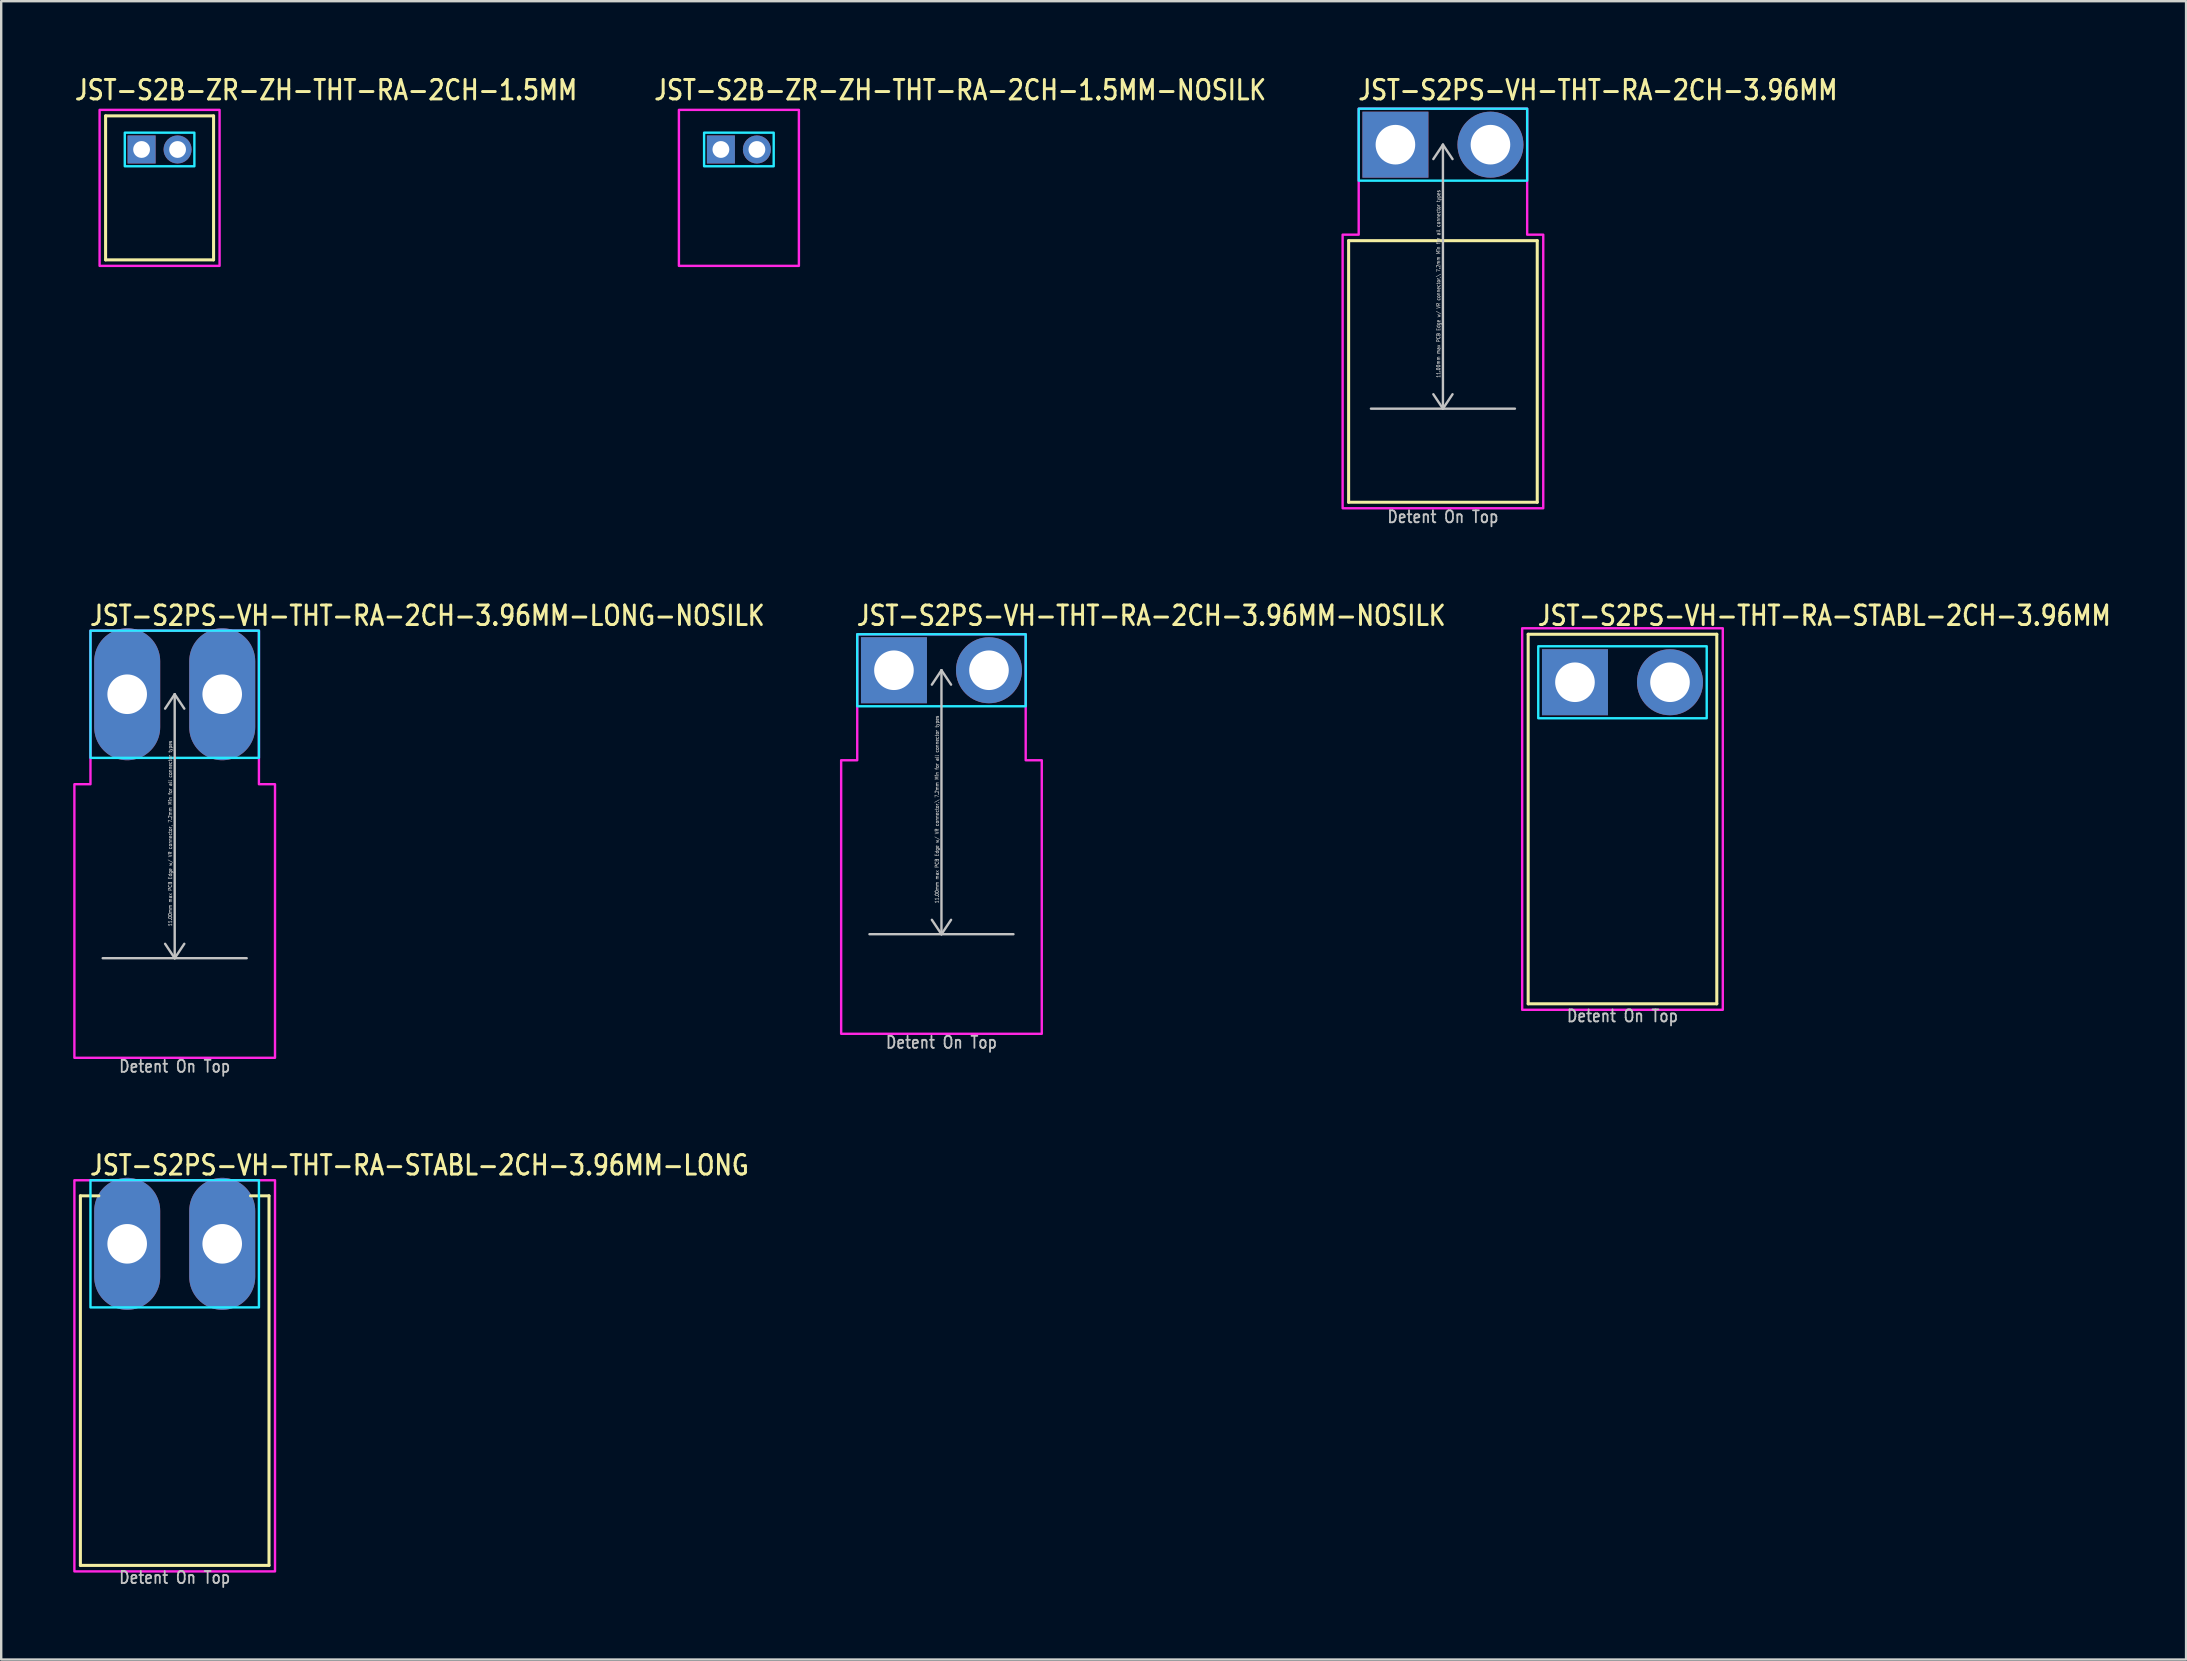
<source format=kicad_pcb>
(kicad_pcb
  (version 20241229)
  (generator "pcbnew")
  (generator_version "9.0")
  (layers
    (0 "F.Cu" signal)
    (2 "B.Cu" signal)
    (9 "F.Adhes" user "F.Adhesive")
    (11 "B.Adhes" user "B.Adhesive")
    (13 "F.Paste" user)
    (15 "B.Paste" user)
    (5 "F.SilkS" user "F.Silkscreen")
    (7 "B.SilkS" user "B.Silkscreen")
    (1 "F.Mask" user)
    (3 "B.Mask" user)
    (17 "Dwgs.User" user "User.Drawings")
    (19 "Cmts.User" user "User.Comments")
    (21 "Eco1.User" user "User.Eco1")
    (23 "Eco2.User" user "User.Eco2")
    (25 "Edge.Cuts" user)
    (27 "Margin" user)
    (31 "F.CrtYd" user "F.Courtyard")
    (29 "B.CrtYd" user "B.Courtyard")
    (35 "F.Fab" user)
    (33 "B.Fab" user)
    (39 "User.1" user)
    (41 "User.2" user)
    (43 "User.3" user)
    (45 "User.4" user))
  (footprint "JST-S2PS-VH-THT-RA-STABL-2CH-3.96MM"
    (layer "F.Cu")
    (at 64.561 25.38)
    (property "Reference" "JST-S2PS-VH-THT-RA-STABL-2CH-3.96MM" (at -3.6 -2.3 0) (unlocked yes) (layer "F.SilkS") (effects (font (size 0.813 0.695) (thickness 0.122)) (justify left bottom)))
    (fp_line (start -3.93 -2) (end 3.93 -2) (stroke (width 0.127) (type solid)) (layer "F.SilkS"))
    (fp_line (start -3.93 13.4) (end -3.93 -2) (stroke (width 0.127) (type solid)) (layer "F.SilkS"))
    (fp_line (start -3.93 13.4) (end 3.93 13.4) (stroke (width 0.127) (type solid)) (layer "F.SilkS"))
    (fp_line (start 3.93 -2) (end 3.93 13.4) (stroke (width 0.127) (type solid)) (layer "F.SilkS"))
    (fp_poly (pts (xy -3.51 -1.5) (xy -3.51 1.5) (xy 3.51 1.5) (xy 3.51 -1.5)) (stroke (width 0.1) (type solid)) (fill no) (layer "B.CrtYd"))
    (fp_poly (pts (xy -4.18 13.65) (xy 4.18 13.65) (xy 4.18 -2.25) (xy -4.18 -2.25)) (stroke (width 0.1) (type solid)) (fill no) (layer "F.CrtYd"))
    (fp_text user "Detent On Top" (at 0 14.2 0) (unlocked yes) (layer "Dwgs.User") (effects (font (size 0.5 0.427) (thickness 0.075)) (justify bottom)))
    (pad "P$1" thru_hole rect (at -1.98 0) (size 2.75 2.75) (drill 1.65) (layers "*.Cu" "*.Mask"))
    (pad "P$2" thru_hole oval (at 1.98 0) (size 2.75 2.75) (drill 1.65) (layers "*.Cu" "*.Mask")))
  (footprint "JST-S2B-ZR-ZH-THT-RA-2CH-1.5MM"
    (layer "F.Cu")
    (at 3.6 3.179)
    (property "Reference" "JST-S2B-ZR-ZH-THT-RA-2CH-1.5MM" (at -3.6 -2 0) (unlocked yes) (layer "F.SilkS") (effects (font (size 0.813 0.695) (thickness 0.122)) (justify left bottom)))
    (fp_line (start -2.25 -1.4) (end 2.25 -1.4) (stroke (width 0.127) (type solid)) (layer "F.SilkS"))
    (fp_line (start -2.25 4.6) (end -2.25 -1.4) (stroke (width 0.127) (type solid)) (layer "F.SilkS"))
    (fp_line (start -2.25 4.6) (end 2.25 4.6) (stroke (width 0.127) (type solid)) (layer "F.SilkS"))
    (fp_line (start 2.25 -1.4) (end 2.25 4.6) (stroke (width 0.127) (type solid)) (layer "F.SilkS"))
    (fp_poly (pts (xy -1.45 -0.7) (xy -1.45 0.7) (xy 1.45 0.7) (xy 1.45 -0.7)) (stroke (width 0.1) (type solid)) (fill no) (layer "B.CrtYd"))
    (fp_poly (pts (xy -2.5 -1.65) (xy -2.5 4.85) (xy 2.5 4.85) (xy 2.5 -1.65)) (stroke (width 0.1) (type solid)) (fill no) (layer "F.CrtYd"))
    (pad "P$1" thru_hole rect (at -0.75 0) (size 1.167 1.167) (drill 0.7) (layers "*.Cu" "*.Mask"))
    (pad "P$2" thru_hole oval (at 0.75 0) (size 1.167 1.167) (drill 0.7) (layers "*.Cu" "*.Mask")))
  (footprint "JST-S2PS-VH-THT-RA-STABL-2CH-3.96MM-LONG"
    (layer "F.Cu")
    (at 4.23 48.782)
    (property "Reference" "JST-S2PS-VH-THT-RA-STABL-2CH-3.96MM-LONG" (at -3.6 -2.8 0) (unlocked yes) (layer "F.SilkS") (effects (font (size 0.813 0.695) (thickness 0.122)) (justify left bottom)))
    (fp_line (start -3.93 -2) (end -3.16 -2) (stroke (width 0.127) (type solid)) (layer "F.SilkS"))
    (fp_line (start -3.93 13.4) (end -3.93 -2) (stroke (width 0.127) (type solid)) (layer "F.SilkS"))
    (fp_line (start -3.93 13.4) (end 3.93 13.4) (stroke (width 0.127) (type solid)) (layer "F.SilkS"))
    (fp_line (start 3.93 -2) (end 3.16 -2) (stroke (width 0.127) (type solid)) (layer "F.SilkS"))
    (fp_line (start 3.93 -2) (end 3.93 13.4) (stroke (width 0.127) (type solid)) (layer "F.SilkS"))
    (fp_poly (pts (xy -3.51 -2.65) (xy -3.51 2.65) (xy 3.51 2.65) (xy 3.51 -2.65)) (stroke (width 0.1) (type solid)) (fill no) (layer "B.CrtYd"))
    (fp_poly (pts (xy -4.18 -2.65) (xy -4.18 13.65) (xy 4.18 13.65) (xy 4.18 -2.65)) (stroke (width 0.1) (type solid)) (fill no) (layer "F.CrtYd"))
    (fp_text user "Detent On Top" (at 0 14.2 0) (unlocked yes) (layer "Dwgs.User") (effects (font (size 0.5 0.427) (thickness 0.075)) (justify bottom)))
    (pad "P$1" thru_hole oval (at -1.98 0 90) (size 5.5 2.75) (drill 1.65) (layers "*.Cu" "*.Mask"))
    (pad "P$2" thru_hole oval (at 1.98 0 90) (size 5.5 2.75) (drill 1.65) (layers "*.Cu" "*.Mask")))
  (footprint "JST-S2PS-VH-THT-RA-2CH-3.96MM"
    (layer "F.Cu")
    (at 57.079 2.979)
    (property "Reference" "JST-S2PS-VH-THT-RA-2CH-3.96MM" (at -3.6 -1.8 0) (unlocked yes) (layer "F.SilkS") (effects (font (size 0.813 0.695) (thickness 0.122)) (justify left bottom)))
    (fp_line (start -3.93 4) (end 3.93 4) (stroke (width 0.127) (type solid)) (layer "F.SilkS"))
    (fp_line (start -3.93 14.9) (end -3.93 4) (stroke (width 0.127) (type solid)) (layer "F.SilkS"))
    (fp_line (start -3.93 14.9) (end 3.93 14.9) (stroke (width 0.127) (type solid)) (layer "F.SilkS"))
    (fp_line (start 3.93 4) (end 3.93 14.9) (stroke (width 0.127) (type solid)) (layer "F.SilkS"))
    (fp_line (start -3 11) (end 3 11) (stroke (width 0.1) (type solid)) (layer "Dwgs.User"))
    (fp_line (start 0 0) (end -0.4 0.6) (stroke (width 0.1) (type solid)) (layer "Dwgs.User"))
    (fp_line (start 0 0) (end 0 11) (stroke (width 0.1) (type solid)) (layer "Dwgs.User"))
    (fp_line (start 0 0) (end 0.4 0.6) (stroke (width 0.1) (type solid)) (layer "Dwgs.User"))
    (fp_line (start 0 11) (end -0.4 10.4) (stroke (width 0.1) (type solid)) (layer "Dwgs.User"))
    (fp_line (start 0 11) (end 0.4 10.4) (stroke (width 0.1) (type solid)) (layer "Dwgs.User"))
    (fp_poly (pts (xy -3.51 -1.5) (xy -3.51 1.5) (xy 3.51 1.5) (xy 3.51 -1.5)) (stroke (width 0.1) (type solid)) (fill no) (layer "B.CrtYd"))
    (fp_poly (pts (xy -4.18 3.75) (xy -4.18 15.15) (xy 4.18 15.15) (xy 4.18 3.75) (xy 3.51 3.75) (xy 3.51 -1.5) (xy -3.51 -1.5) (xy -3.51 3.75)) (stroke (width 0.1) (type solid)) (fill no) (layer "F.CrtYd"))
    (fp_text user "Detent On Top" (at 0 15.8 0) (unlocked yes) (layer "Dwgs.User") (effects (font (size 0.5 0.427) (thickness 0.075)) (justify bottom)))
    (fp_text user "11.00mm max PCB Edge w/ VR connector,\\ 7.2mm Min for all connector types" (at -0.1 5.8 90) (unlocked yes) (layer "Dwgs.User") (effects (font (size 0.15 0.128) (thickness 0.022)) (justify bottom)))
    (pad "P$1" thru_hole rect (at -1.98 0) (size 2.75 2.75) (drill 1.65) (layers "*.Cu" "*.Mask"))
    (pad "P$2" thru_hole oval (at 1.98 0) (size 2.75 2.75) (drill 1.65) (layers "*.Cu" "*.Mask")))
  (footprint "JST-S2B-ZR-ZH-THT-RA-2CH-1.5MM-NOSILK"
    (layer "F.Cu")
    (at 27.741 3.179)
    (property "Reference" "JST-S2B-ZR-ZH-THT-RA-2CH-1.5MM-NOSILK" (at -3.6 -2 0) (unlocked yes) (layer "F.SilkS") (effects (font (size 0.813 0.695) (thickness 0.122)) (justify left bottom)))
    (fp_poly (pts (xy -1.45 -0.7) (xy -1.45 0.7) (xy 1.45 0.7) (xy 1.45 -0.7)) (stroke (width 0.1) (type solid)) (fill no) (layer "B.CrtYd"))
    (fp_poly (pts (xy -2.5 -1.65) (xy -2.5 4.85) (xy 2.5 4.85) (xy 2.5 -1.65)) (stroke (width 0.1) (type solid)) (fill no) (layer "F.CrtYd"))
    (pad "P$1" thru_hole rect (at -0.75 0) (size 1.167 1.167) (drill 0.7) (layers "*.Cu" "*.Mask"))
    (pad "P$2" thru_hole oval (at 0.75 0) (size 1.167 1.167) (drill 0.7) (layers "*.Cu" "*.Mask")))
  (footprint "JST-S2PS-VH-THT-RA-2CH-3.96MM-LONG-NOSILK"
    (layer "F.Cu")
    (at 4.23 25.88)
    (property "Reference" "JST-S2PS-VH-THT-RA-2CH-3.96MM-LONG-NOSILK" (at -3.6 -2.8 0) (unlocked yes) (layer "F.SilkS") (effects (font (size 0.813 0.695) (thickness 0.122)) (justify left bottom)))
    (fp_line (start -3 11) (end 3 11) (stroke (width 0.1) (type solid)) (layer "Dwgs.User"))
    (fp_line (start 0 0) (end -0.4 0.6) (stroke (width 0.1) (type solid)) (layer "Dwgs.User"))
    (fp_line (start 0 0) (end 0 11) (stroke (width 0.1) (type solid)) (layer "Dwgs.User"))
    (fp_line (start 0 0) (end 0.4 0.6) (stroke (width 0.1) (type solid)) (layer "Dwgs.User"))
    (fp_line (start 0 11) (end -0.4 10.4) (stroke (width 0.1) (type solid)) (layer "Dwgs.User"))
    (fp_line (start 0 11) (end 0.4 10.4) (stroke (width 0.1) (type solid)) (layer "Dwgs.User"))
    (fp_poly (pts (xy -3.51 -2.65) (xy -3.51 2.65) (xy 3.51 2.65) (xy 3.51 -2.65)) (stroke (width 0.1) (type solid)) (fill no) (layer "B.CrtYd"))
    (fp_poly (pts (xy -4.18 3.75) (xy -4.18 15.15) (xy 4.18 15.15) (xy 4.18 3.75) (xy 3.51 3.75) (xy 3.51 -2.65) (xy -3.51 -2.65) (xy -3.51 3.75)) (stroke (width 0.1) (type solid)) (fill no) (layer "F.CrtYd"))
    (fp_text user "11.00mm max PCB Edge w/ VR connector, 7.2mm Min for all connector types" (at -0.1 5.8 90) (unlocked yes) (layer "Dwgs.User") (effects (font (size 0.15 0.128) (thickness 0.022)) (justify bottom)))
    (fp_text user "Detent On Top" (at 0 15.8 0) (unlocked yes) (layer "Dwgs.User") (effects (font (size 0.5 0.427) (thickness 0.075)) (justify bottom)))
    (pad "P$1" thru_hole oval (at -1.98 0 90) (size 5.5 2.75) (drill 1.65) (layers "*.Cu" "*.Mask"))
    (pad "P$2" thru_hole oval (at 1.98 0 90) (size 5.5 2.75) (drill 1.65) (layers "*.Cu" "*.Mask")))
  (footprint "JST-S2PS-VH-THT-RA-2CH-3.96MM-NOSILK"
    (layer "F.Cu")
    (at 36.182 24.88)
    (property "Reference" "JST-S2PS-VH-THT-RA-2CH-3.96MM-NOSILK" (at -3.6 -1.8 0) (unlocked yes) (layer "F.SilkS") (effects (font (size 0.813 0.695) (thickness 0.122)) (justify left bottom)))
    (fp_line (start -3 11) (end 3 11) (stroke (width 0.1) (type solid)) (layer "Dwgs.User"))
    (fp_line (start 0 0) (end -0.4 0.6) (stroke (width 0.1) (type solid)) (layer "Dwgs.User"))
    (fp_line (start 0 0) (end 0 11) (stroke (width 0.1) (type solid)) (layer "Dwgs.User"))
    (fp_line (start 0 0) (end 0.4 0.6) (stroke (width 0.1) (type solid)) (layer "Dwgs.User"))
    (fp_line (start 0 11) (end -0.4 10.4) (stroke (width 0.1) (type solid)) (layer "Dwgs.User"))
    (fp_line (start 0 11) (end 0.4 10.4) (stroke (width 0.1) (type solid)) (layer "Dwgs.User"))
    (fp_poly (pts (xy -3.51 -1.5) (xy -3.51 1.5) (xy 3.51 1.5) (xy 3.51 -1.5)) (stroke (width 0.1) (type solid)) (fill no) (layer "B.CrtYd"))
    (fp_poly (pts (xy -4.18 3.75) (xy -4.18 15.15) (xy 4.18 15.15) (xy 4.18 3.75) (xy 3.51 3.75) (xy 3.51 -1.5) (xy -3.51 -1.5) (xy -3.51 3.75)) (stroke (width 0.1) (type solid)) (fill no) (layer "F.CrtYd"))
    (fp_text user "11.00mm max PCB Edge w/ VR connector,\\ 7.2mm Min for all connector types" (at -0.1 5.8 90) (unlocked yes) (layer "Dwgs.User") (effects (font (size 0.15 0.128) (thickness 0.022)) (justify bottom)))
    (fp_text user "Detent On Top" (at 0 15.8 0) (unlocked yes) (layer "Dwgs.User") (effects (font (size 0.5 0.427) (thickness 0.075)) (justify bottom)))
    (pad "P$1" thru_hole rect (at -1.98 0) (size 2.75 2.75) (drill 1.65) (layers "*.Cu" "*.Mask"))
    (pad "P$2" thru_hole oval (at 1.98 0) (size 2.75 2.75) (drill 1.65) (layers "*.Cu" "*.Mask")))
  (gr_rect
    (start -3 -3)
    (end 88.047 66.105)
    (stroke (width 0.1) (type default))
    (fill no)
    (layer "Edge.Cuts")))
</source>
